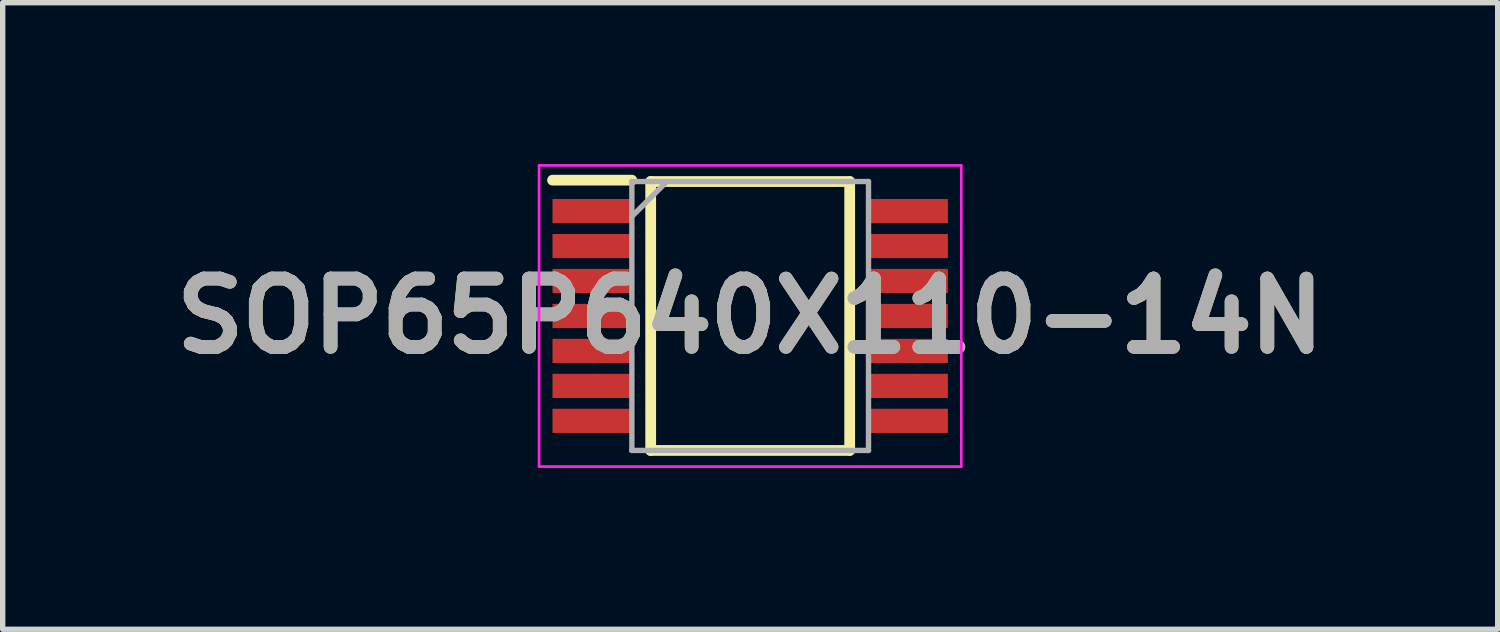
<source format=kicad_pcb>
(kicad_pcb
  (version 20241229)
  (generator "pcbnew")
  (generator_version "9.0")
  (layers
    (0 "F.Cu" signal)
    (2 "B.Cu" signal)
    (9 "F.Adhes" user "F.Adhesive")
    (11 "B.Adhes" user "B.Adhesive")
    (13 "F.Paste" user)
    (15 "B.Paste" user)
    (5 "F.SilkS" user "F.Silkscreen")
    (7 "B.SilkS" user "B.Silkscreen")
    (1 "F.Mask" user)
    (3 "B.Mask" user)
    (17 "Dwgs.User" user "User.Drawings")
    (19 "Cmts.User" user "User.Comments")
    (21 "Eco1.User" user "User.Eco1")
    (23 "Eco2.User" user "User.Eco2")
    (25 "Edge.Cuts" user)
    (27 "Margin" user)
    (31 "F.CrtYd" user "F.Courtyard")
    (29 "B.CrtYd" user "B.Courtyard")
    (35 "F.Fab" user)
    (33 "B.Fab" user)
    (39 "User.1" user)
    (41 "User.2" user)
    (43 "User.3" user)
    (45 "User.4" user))
  (footprint "SOP65P640X110-14N"
    (layer "F.Cu")
    (at 10.898 2.825)
    (property "Reference" "SOP65P640X110-14N" (at 0 0 0) (layer "F.SilkS") (effects (font (size 1.27 1.27) (thickness 0.254))))
    (attr smd)
    (fp_line (start -3.675 -2.525) (end -2.2 -2.525) (stroke (width 0.2) (type solid)) (layer "F.SilkS"))
    (fp_line (start -1.85 -2.5) (end 1.85 -2.5) (stroke (width 0.2) (type solid)) (layer "F.SilkS"))
    (fp_line (start -1.85 2.5) (end -1.85 -2.5) (stroke (width 0.2) (type solid)) (layer "F.SilkS"))
    (fp_line (start 1.85 -2.5) (end 1.85 2.5) (stroke (width 0.2) (type solid)) (layer "F.SilkS"))
    (fp_line (start 1.85 2.5) (end -1.85 2.5) (stroke (width 0.2) (type solid)) (layer "F.SilkS"))
    (fp_line (start -3.925 -2.8) (end 3.925 -2.8) (stroke (width 0.05) (type solid)) (layer "F.CrtYd"))
    (fp_line (start -3.925 2.8) (end -3.925 -2.8) (stroke (width 0.05) (type solid)) (layer "F.CrtYd"))
    (fp_line (start 3.925 -2.8) (end 3.925 2.8) (stroke (width 0.05) (type solid)) (layer "F.CrtYd"))
    (fp_line (start 3.925 2.8) (end -3.925 2.8) (stroke (width 0.05) (type solid)) (layer "F.CrtYd"))
    (fp_line (start -2.2 -2.5) (end 2.2 -2.5) (stroke (width 0.1) (type solid)) (layer "F.Fab"))
    (fp_line (start -2.2 -1.85) (end -1.55 -2.5) (stroke (width 0.1) (type solid)) (layer "F.Fab"))
    (fp_line (start -2.2 2.5) (end -2.2 -2.5) (stroke (width 0.1) (type solid)) (layer "F.Fab"))
    (fp_line (start 2.2 -2.5) (end 2.2 2.5) (stroke (width 0.1) (type solid)) (layer "F.Fab"))
    (fp_line (start 2.2 2.5) (end -2.2 2.5) (stroke (width 0.1) (type solid)) (layer "F.Fab"))
    (fp_text user "${REFERENCE}" (at 0 0 0) (layer "F.Fab") (effects (font (size 1.27 1.27) (thickness 0.254))))
    (pad "1" smd rect (at -2.938 -1.95 90) (size 0.45 1.475) (layers "F.Cu" "F.Mask" "F.Paste"))
    (pad "2" smd rect (at -2.938 -1.3 90) (size 0.45 1.475) (layers "F.Cu" "F.Mask" "F.Paste"))
    (pad "3" smd rect (at -2.938 -0.65 90) (size 0.45 1.475) (layers "F.Cu" "F.Mask" "F.Paste"))
    (pad "4" smd rect (at -2.938 0 90) (size 0.45 1.475) (layers "F.Cu" "F.Mask" "F.Paste"))
    (pad "5" smd rect (at -2.938 0.65 90) (size 0.45 1.475) (layers "F.Cu" "F.Mask" "F.Paste"))
    (pad "6" smd rect (at -2.938 1.3 90) (size 0.45 1.475) (layers "F.Cu" "F.Mask" "F.Paste"))
    (pad "7" smd rect (at -2.938 1.95 90) (size 0.45 1.475) (layers "F.Cu" "F.Mask" "F.Paste"))
    (pad "8" smd rect (at 2.938 1.95 90) (size 0.45 1.475) (layers "F.Cu" "F.Mask" "F.Paste"))
    (pad "9" smd rect (at 2.938 1.3 90) (size 0.45 1.475) (layers "F.Cu" "F.Mask" "F.Paste"))
    (pad "10" smd rect (at 2.938 0.65 90) (size 0.45 1.475) (layers "F.Cu" "F.Mask" "F.Paste"))
    (pad "11" smd rect (at 2.938 0 90) (size 0.45 1.475) (layers "F.Cu" "F.Mask" "F.Paste"))
    (pad "12" smd rect (at 2.938 -0.65 90) (size 0.45 1.475) (layers "F.Cu" "F.Mask" "F.Paste"))
    (pad "13" smd rect (at 2.938 -1.3 90) (size 0.45 1.475) (layers "F.Cu" "F.Mask" "F.Paste"))
    (pad "14" smd rect (at 2.938 -1.95 90) (size 0.45 1.475) (layers "F.Cu" "F.Mask" "F.Paste")))
  (gr_rect
    (start -3 -3)
    (end 24.796 8.65)
    (stroke (width 0.1) (type default))
    (fill no)
    (layer "Edge.Cuts")))
</source>
